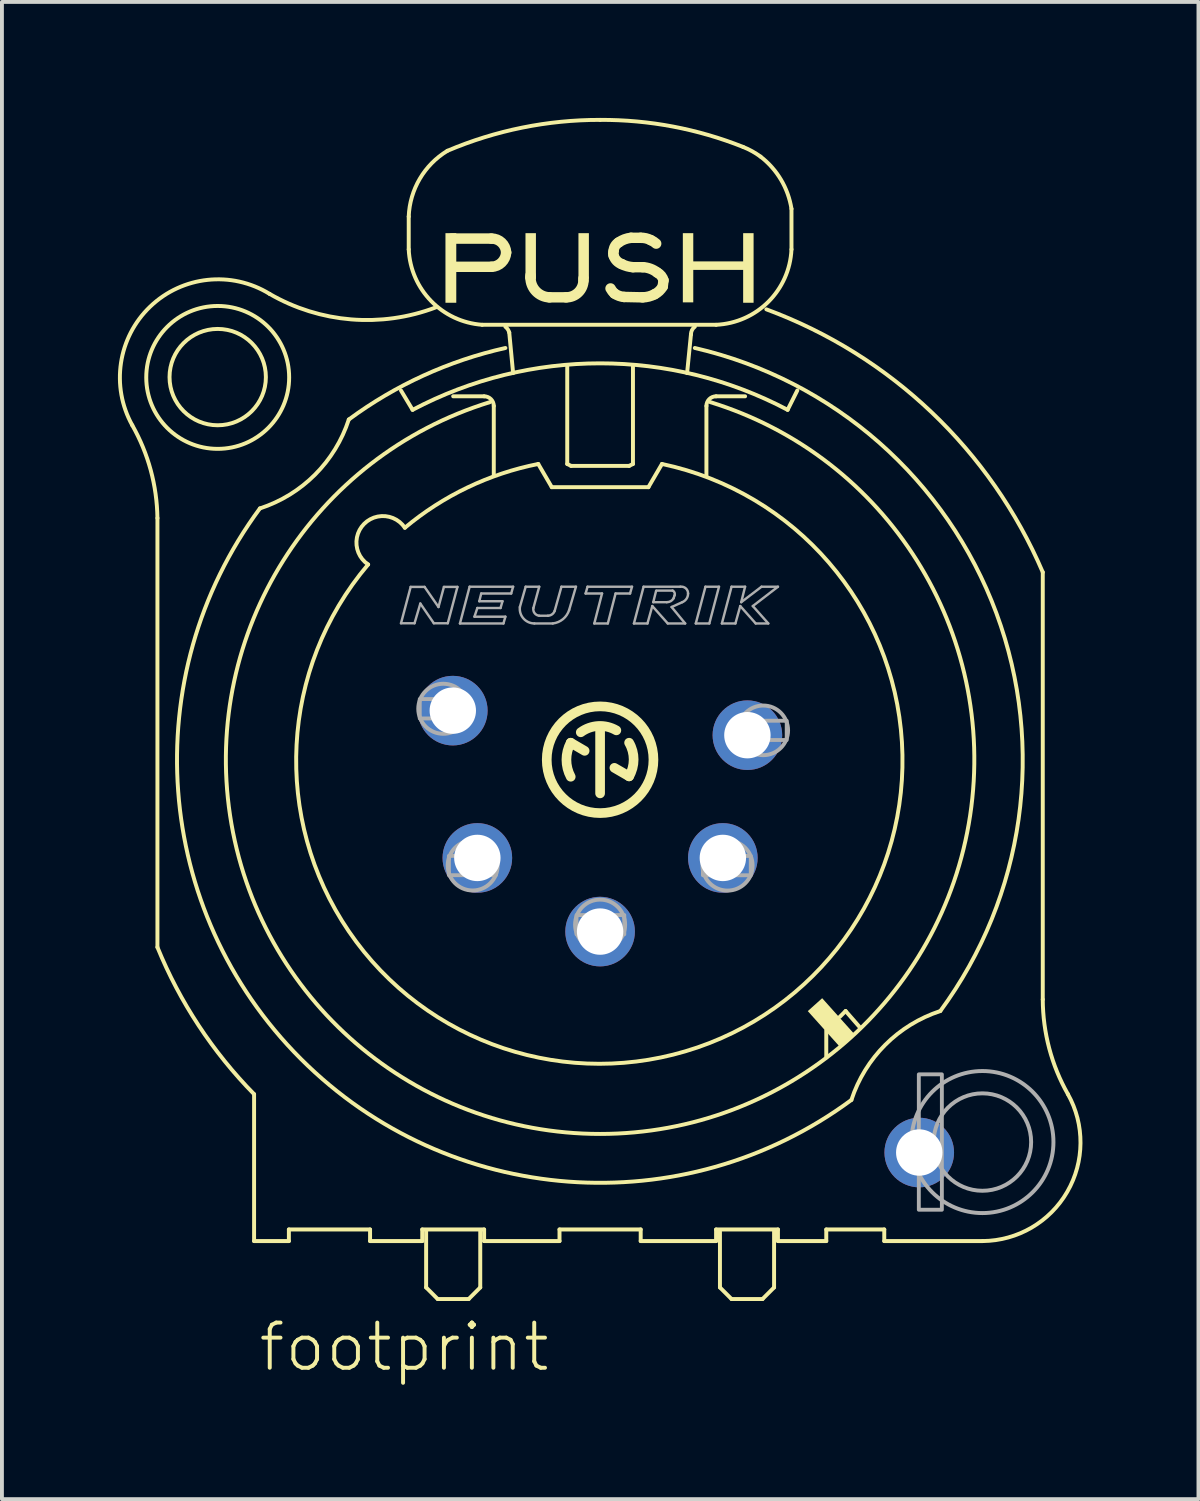
<source format=kicad_pcb>
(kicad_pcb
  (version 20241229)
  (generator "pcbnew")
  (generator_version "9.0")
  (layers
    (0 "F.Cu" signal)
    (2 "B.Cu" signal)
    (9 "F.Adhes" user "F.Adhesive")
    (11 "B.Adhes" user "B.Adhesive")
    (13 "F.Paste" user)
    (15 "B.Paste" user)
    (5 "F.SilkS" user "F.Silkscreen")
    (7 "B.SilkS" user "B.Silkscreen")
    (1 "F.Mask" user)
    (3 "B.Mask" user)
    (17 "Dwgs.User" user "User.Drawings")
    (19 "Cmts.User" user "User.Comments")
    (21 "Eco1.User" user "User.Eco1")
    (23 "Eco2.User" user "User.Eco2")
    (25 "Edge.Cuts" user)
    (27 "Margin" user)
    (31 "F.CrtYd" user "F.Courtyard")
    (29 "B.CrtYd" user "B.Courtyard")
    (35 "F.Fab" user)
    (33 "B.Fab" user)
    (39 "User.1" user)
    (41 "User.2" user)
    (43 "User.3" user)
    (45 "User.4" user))
  (footprint "footprint"
    (layer "F.Cu")
    (at 12.472 16.601)
    (property "Reference" "footprint" (at -8.89 15.875 0) (layer "F.SilkS") (effects (font (size 1.168 1.168) (thickness 0.102)) (justify left bottom)))
    (fp_line (start -11.45 4.85) (end -11.45 -6.25) (stroke (width 0.102) (type solid)) (layer "F.SilkS"))
    (fp_line (start -8.95 8.65) (end -8.95 12.45) (stroke (width 0.102) (type solid)) (layer "F.SilkS"))
    (fp_line (start -8.95 12.45) (end -8.05 12.45) (stroke (width 0.102) (type solid)) (layer "F.SilkS"))
    (fp_line (start -8.05 12.15) (end -5.95 12.15) (stroke (width 0.102) (type solid)) (layer "F.SilkS"))
    (fp_line (start -8.05 12.45) (end -8.05 12.15) (stroke (width 0.102) (type solid)) (layer "F.SilkS"))
    (fp_line (start -5.95 12.15) (end -5.95 12.45) (stroke (width 0.102) (type solid)) (layer "F.SilkS"))
    (fp_line (start -5.95 12.45) (end -4.6 12.45) (stroke (width 0.102) (type solid)) (layer "F.SilkS"))
    (fp_line (start -4.95 -14.05) (end -4.95 -13.2) (stroke (width 0.102) (type solid)) (layer "F.SilkS"))
    (fp_line (start -4.85 -9.05) (end -5.15 -9.55) (stroke (width 0.102) (type solid)) (layer "F.SilkS"))
    (fp_line (start -4.6 12.15) (end -3 12.15) (stroke (width 0.102) (type solid)) (layer "F.SilkS"))
    (fp_line (start -4.6 12.45) (end -4.6 12.15) (stroke (width 0.102) (type solid)) (layer "F.SilkS"))
    (fp_line (start -4.5 12.2) (end -4.5 13.65) (stroke (width 0.102) (type solid)) (layer "F.SilkS"))
    (fp_line (start -4.5 13.65) (end -4.2 13.95) (stroke (width 0.102) (type solid)) (layer "F.SilkS"))
    (fp_line (start -4.2 13.95) (end -3.4 13.95) (stroke (width 0.102) (type solid)) (layer "F.SilkS"))
    (fp_line (start -3.84 -13.48) (end -2.81 -13.48) (stroke (width 0.27) (type solid)) (layer "F.SilkS"))
    (fp_line (start -3.8 -9.4) (end -3 -9.4) (stroke (width 0.102) (type solid)) (layer "F.SilkS"))
    (fp_line (start -3.4 13.95) (end -3.1 13.65) (stroke (width 0.102) (type solid)) (layer "F.SilkS"))
    (fp_line (start -3.1 13.65) (end -3.1 12.2) (stroke (width 0.102) (type solid)) (layer "F.SilkS"))
    (fp_line (start -3.05 -11.25) (end 3 -11.25) (stroke (width 0.102) (type solid)) (layer "F.SilkS"))
    (fp_line (start -3 12.15) (end -3 12.45) (stroke (width 0.102) (type solid)) (layer "F.SilkS"))
    (fp_line (start -3 12.45) (end -1.05 12.45) (stroke (width 0.102) (type solid)) (layer "F.SilkS"))
    (fp_line (start -2.81 -12.75) (end -3.77 -12.75) (stroke (width 0.27) (type solid)) (layer "F.SilkS"))
    (fp_line (start -2.75 -9.15) (end -2.75 -7.35) (stroke (width 0.102) (type solid)) (layer "F.SilkS"))
    (fp_line (start -2.25 -10) (end -2.35 -11.05) (stroke (width 0.102) (type solid)) (layer "F.SilkS"))
    (fp_line (start -1.8 -12.53) (end -1.8 -12.47) (stroke (width 0.27) (type solid)) (layer "F.SilkS"))
    (fp_line (start -1.6 -7.65) (end -1.25 -7.05) (stroke (width 0.102) (type solid)) (layer "F.SilkS"))
    (fp_line (start -1.31 -11.96) (end -0.88 -11.96) (stroke (width 0.27) (type solid)) (layer "F.SilkS"))
    (fp_line (start -1.25 -7.05) (end 1.25 -7.05) (stroke (width 0.102) (type solid)) (layer "F.SilkS"))
    (fp_line (start -1.05 12.15) (end 1.05 12.15) (stroke (width 0.102) (type solid)) (layer "F.SilkS"))
    (fp_line (start -1.05 12.45) (end -1.05 12.15) (stroke (width 0.102) (type solid)) (layer "F.SilkS"))
    (fp_line (start -0.85 -10.2) (end -0.85 -7.65) (stroke (width 0.102) (type solid)) (layer "F.SilkS"))
    (fp_line (start -0.85 -7.65) (end -0.75 -7.6) (stroke (width 0.102) (type solid)) (layer "F.SilkS"))
    (fp_line (start -0.76 -0.44) (end -0.4 -0.23) (stroke (width 0.25) (type solid)) (layer "F.SilkS"))
    (fp_line (start -0.75 -7.6) (end 0.75 -7.6) (stroke (width 0.102) (type solid)) (layer "F.SilkS"))
    (fp_line (start -0.43 -12.4) (end -0.43 -12.45) (stroke (width 0.27) (type solid)) (layer "F.SilkS"))
    (fp_line (start 0 0.87) (end 0 -0.78) (stroke (width 0.25) (type solid)) (layer "F.SilkS"))
    (fp_line (start 0.37 0.21) (end 0.75 0.43) (stroke (width 0.25) (type solid)) (layer "F.SilkS"))
    (fp_line (start 0.62 -11.97) (end 1.1 -11.96) (stroke (width 0.27) (type solid)) (layer "F.SilkS"))
    (fp_line (start 0.75 -7.6) (end 0.85 -7.65) (stroke (width 0.102) (type solid)) (layer "F.SilkS"))
    (fp_line (start 0.8 -13.5) (end 1.05 -13.5) (stroke (width 0.27) (type solid)) (layer "F.SilkS"))
    (fp_line (start 0.85 -7.65) (end 0.85 -10.2) (stroke (width 0.102) (type solid)) (layer "F.SilkS"))
    (fp_line (start 1.05 12.15) (end 1.05 12.45) (stroke (width 0.102) (type solid)) (layer "F.SilkS"))
    (fp_line (start 1.05 12.45) (end 3 12.45) (stroke (width 0.102) (type solid)) (layer "F.SilkS"))
    (fp_line (start 1.1 -12.74) (end 0.85 -12.74) (stroke (width 0.27) (type solid)) (layer "F.SilkS"))
    (fp_line (start 1.25 -7.05) (end 1.6 -7.65) (stroke (width 0.102) (type solid)) (layer "F.SilkS"))
    (fp_line (start 1.62 -12.24) (end 1.64 -12.4) (stroke (width 0.27) (type solid)) (layer "F.SilkS"))
    (fp_line (start 2.25 -10) (end 2.35 -11) (stroke (width 0.102) (type solid)) (layer "F.SilkS"))
    (fp_line (start 2.75 -9.15) (end 2.75 -7.35) (stroke (width 0.102) (type solid)) (layer "F.SilkS"))
    (fp_line (start 3 12.15) (end 4.6 12.15) (stroke (width 0.102) (type solid)) (layer "F.SilkS"))
    (fp_line (start 3 12.45) (end 3 12.15) (stroke (width 0.102) (type solid)) (layer "F.SilkS"))
    (fp_line (start 3.1 12.2) (end 3.1 13.65) (stroke (width 0.102) (type solid)) (layer "F.SilkS"))
    (fp_line (start 3.1 13.65) (end 3.4 13.95) (stroke (width 0.102) (type solid)) (layer "F.SilkS"))
    (fp_line (start 3.4 13.95) (end 4.2 13.95) (stroke (width 0.102) (type solid)) (layer "F.SilkS"))
    (fp_line (start 3.75 -9.4) (end 3 -9.4) (stroke (width 0.102) (type solid)) (layer "F.SilkS"))
    (fp_line (start 4.2 13.95) (end 4.5 13.65) (stroke (width 0.102) (type solid)) (layer "F.SilkS"))
    (fp_line (start 4.5 13.65) (end 4.5 12.2) (stroke (width 0.102) (type solid)) (layer "F.SilkS"))
    (fp_line (start 4.6 12.15) (end 4.6 12.45) (stroke (width 0.102) (type solid)) (layer "F.SilkS"))
    (fp_line (start 4.6 12.45) (end 5.85 12.45) (stroke (width 0.102) (type solid)) (layer "F.SilkS"))
    (fp_line (start 4.95 -13.2) (end 4.95 -14.25) (stroke (width 0.102) (type solid)) (layer "F.SilkS"))
    (fp_line (start 5.1 -9.55) (end 4.85 -9.05) (stroke (width 0.102) (type solid)) (layer "F.SilkS"))
    (fp_line (start 5.85 7.7) (end 5.85 7) (stroke (width 0.102) (type solid)) (layer "F.SilkS"))
    (fp_line (start 5.85 12.15) (end 7.35 12.15) (stroke (width 0.102) (type solid)) (layer "F.SilkS"))
    (fp_line (start 5.85 12.45) (end 5.85 12.15) (stroke (width 0.102) (type solid)) (layer "F.SilkS"))
    (fp_line (start 6.2 6.65) (end 6.35 6.5) (stroke (width 0.102) (type solid)) (layer "F.SilkS"))
    (fp_line (start 6.35 6.5) (end 6.7 6.9) (stroke (width 0.102) (type solid)) (layer "F.SilkS"))
    (fp_line (start 7.35 12.15) (end 7.35 12.45) (stroke (width 0.102) (type solid)) (layer "F.SilkS"))
    (fp_line (start 7.35 12.45) (end 9.9 12.45) (stroke (width 0.102) (type solid)) (layer "F.SilkS"))
    (fp_line (start 11.45 6.2) (end 11.45 -4.85) (stroke (width 0.102) (type solid)) (layer "F.SilkS"))
    (fp_arc (start -12.1 -8.65) (mid -11.623728 -7.49097) (end -11.45 -6.25) (stroke (width 0.1016) (type solid)) (layer "F.SilkS"))
    (fp_arc (start -12.1 -8.65) (mid -11.637658 -11.720571) (end -8.549998 -12.05) (stroke (width 0.1016) (type solid)) (layer "F.SilkS"))
    (fp_arc (start -8.95 8.65) (mid -10.385423 6.871989) (end -11.45 4.85) (stroke (width 0.1016) (type solid)) (layer "F.SilkS"))
    (fp_arc (start -6.5 -8.8) (mid -7.373887 -7.373888) (end -8.799999 -6.5) (stroke (width 0.1016) (type solid)) (layer "F.SilkS"))
    (fp_arc (start -6.5 -8.8) (mid -4.571493 -9.936241) (end -2.45 -10.65) (stroke (width 0.1016) (type solid)) (layer "F.SilkS"))
    (fp_arc (start -6 -5.05) (mid -6.102615 -6.102615) (end -5.05 -6) (stroke (width 0.1016) (type solid)) (layer "F.SilkS"))
    (fp_arc (start -5.05 -6) (mid -3.429062 -7.042584) (end -1.6 -7.65) (stroke (width 0.1016) (type solid)) (layer "F.SilkS"))
    (fp_arc (start -4.950001 -14.05) (mid -4.664297 -15.026057) (end -3.95 -15.75) (stroke (width 0.1016) (type solid)) (layer "F.SilkS"))
    (fp_arc (start -4.849999 -9.05) (mid 0 -10.253011) (end 4.85 -9.05) (stroke (width 0.1016) (type solid)) (layer "F.SilkS"))
    (fp_arc (start -4.25 -11.7) (mid -6.439491 -11.38982) (end -8.55 -12.05) (stroke (width 0.1016) (type solid)) (layer "F.SilkS"))
    (fp_arc (start -3.95 -15.75) (mid -2.015493 -16.349936) (end 0 -16.55) (stroke (width 0.1016) (type solid)) (layer "F.SilkS"))
    (fp_arc (start -3.05 -11.249998) (mid -4.370714 -11.863791) (end -4.95 -13.2) (stroke (width 0.1016) (type solid)) (layer "F.SilkS"))
    (fp_arc (start -3 -9.4) (mid -2.823223 -9.326777) (end -2.75 -9.15) (stroke (width 0.1016) (type solid)) (layer "F.SilkS"))
    (fp_arc (start -2.81 -13.48) (mid -2.547182 -13.376864) (end -2.43 -13.12) (stroke (width 0.27) (type solid)) (layer "F.SilkS"))
    (fp_arc (start -2.45 -11.199999) (mid -2.387829 -11.133113) (end -2.35 -11.05) (stroke (width 0.1016) (type solid)) (layer "F.SilkS"))
    (fp_arc (start -2.43 -13.12) (mid -2.547347 -12.860385) (end -2.809998 -12.75) (stroke (width 0.27) (type solid)) (layer "F.SilkS"))
    (fp_arc (start -1.31 -11.959999) (mid -1.65824 -12.115808) (end -1.8 -12.47) (stroke (width 0.27) (type solid)) (layer "F.SilkS"))
    (fp_arc (start -0.76 0.44) (mid -0.870865 0) (end -0.76 -0.439999) (stroke (width 0.25) (type solid)) (layer "F.SilkS"))
    (fp_arc (start -0.5 -0.71) (mid -0.04747 -0.872451) (end 0.420001 -0.76) (stroke (width 0.25) (type solid)) (layer "F.SilkS"))
    (fp_arc (start -0.43 -12.399998) (mid -0.563644 -12.086566) (end -0.88 -11.96) (stroke (width 0.27) (type solid)) (layer "F.SilkS"))
    (fp_arc (start 0 -16.55) (mid 1.883659 -16.377911) (end 3.7 -15.85) (stroke (width 0.1016) (type solid)) (layer "F.SilkS"))
    (fp_arc (start 0.35 -13.16) (mid 0.387878 -13.286027) (end 0.48 -13.38) (stroke (width 0.27) (type solid)) (layer "F.SilkS"))
    (fp_arc (start 0.35 -13.04) (mid 0.338792 -13.1) (end 0.35 -13.159999) (stroke (width 0.27) (type solid)) (layer "F.SilkS"))
    (fp_arc (start 0.37 -12.06) (mid 0.314187 -12.120528) (end 0.27 -12.19) (stroke (width 0.27) (type solid)) (layer "F.SilkS"))
    (fp_arc (start 0.48 -13.38) (mid 0.63219 -13.460826) (end 0.8 -13.5) (stroke (width 0.27) (type solid)) (layer "F.SilkS"))
    (fp_arc (start 0.56 -12.82) (mid 0.429033 -12.905213) (end 0.35 -13.04) (stroke (width 0.27) (type solid)) (layer "F.SilkS"))
    (fp_arc (start 0.619999 -11.97) (mid 0.489066 -11.998519) (end 0.37 -12.06) (stroke (width 0.27) (type solid)) (layer "F.SilkS"))
    (fp_arc (start 0.75 -0.44) (mid 0.867699 -0.005) (end 0.75 0.43) (stroke (width 0.25) (type solid)) (layer "F.SilkS"))
    (fp_arc (start 0.85 -12.74) (mid 0.700862 -12.765001) (end 0.56 -12.82) (stroke (width 0.27) (type solid)) (layer "F.SilkS"))
    (fp_arc (start 1.05 -13.5) (mid 1.183921 -13.486992) (end 1.31 -13.44) (stroke (width 0.27) (type solid)) (layer "F.SilkS"))
    (fp_arc (start 1.099999 -12.74) (mid 1.300929 -12.699666) (end 1.48 -12.6) (stroke (width 0.27) (type solid)) (layer "F.SilkS"))
    (fp_arc (start 1.31 -13.44) (mid 1.383781 -13.400882) (end 1.45 -13.35) (stroke (width 0.27) (type solid)) (layer "F.SilkS"))
    (fp_arc (start 1.41 -12.04) (mid 1.259788 -11.981447) (end 1.1 -11.96) (stroke (width 0.27) (type solid)) (layer "F.SilkS"))
    (fp_arc (start 1.48 -12.6) (mid 1.581093 -12.516874) (end 1.64 -12.4) (stroke (width 0.27) (type solid)) (layer "F.SilkS"))
    (fp_arc (start 1.6 -7.65) (mid 2.518311 7.441983) (end -5.999999 -5.05) (stroke (width 0.1016) (type solid)) (layer "F.SilkS"))
    (fp_arc (start 1.62 -12.24) (mid 1.529802 -12.124457) (end 1.41 -12.04) (stroke (width 0.27) (type solid)) (layer "F.SilkS"))
    (fp_arc (start 2.35 -11) (mid 2.376394 -11.111803) (end 2.450001 -11.2) (stroke (width 0.1016) (type solid)) (layer "F.SilkS"))
    (fp_arc (start 2.450002 -10.65) (mid 10.251109 -3.787873) (end 8.8 6.5) (stroke (width 0.1016) (type solid)) (layer "F.SilkS"))
    (fp_arc (start 2.75 -9.15) (mid 2.823223 -9.326777) (end 3 -9.4) (stroke (width 0.1016) (type solid)) (layer "F.SilkS"))
    (fp_arc (start 2.85 -9.25) (mid 0 9.679101) (end -2.85 -9.25) (stroke (width 0.1016) (type solid)) (layer "F.SilkS"))
    (fp_arc (start 3.7 -15.85) (mid 3.932782 -15.739008) (end 4.15 -15.6) (stroke (width 0.1016) (type solid)) (layer "F.SilkS"))
    (fp_arc (start 4.15 -15.600001) (mid 4.67948 -15.00173) (end 4.95 -14.25) (stroke (width 0.1016) (type solid)) (layer "F.SilkS"))
    (fp_arc (start 4.3 -11.65) (mid 8.575366 -8.986414) (end 11.45 -4.85) (stroke (width 0.1016) (type solid)) (layer "F.SilkS"))
    (fp_arc (start 4.949999 -13.200001) (mid 4.353429 -11.846572) (end 3 -11.25) (stroke (width 0.1016) (type solid)) (layer "F.SilkS"))
    (fp_arc (start 6.5 8.8) (mid -7.739361 7.739361) (end -8.8 -6.5) (stroke (width 0.1016) (type solid)) (layer "F.SilkS"))
    (fp_arc (start 6.5 8.8) (mid 7.374876 7.374876) (end 8.799999 6.5) (stroke (width 0.1016) (type solid)) (layer "F.SilkS"))
    (fp_arc (start 12.099999 8.649999) (mid 12.08264 11.176791) (end 9.9 12.45) (stroke (width 0.1016) (type solid)) (layer "F.SilkS"))
    (fp_arc (start 12.1 8.65) (mid 11.617244 7.466853) (end 11.45 6.2) (stroke (width 0.1016) (type solid)) (layer "F.SilkS"))
    (fp_circle (center -9.891 -9.897) (end -8.645 -9.897) (stroke (width 0.102) (type solid)) (fill no) (layer "F.SilkS"))
    (fp_circle (center -9.891 -9.889) (end -8.043 -9.889) (stroke (width 0.102) (type solid)) (fill no) (layer "F.SilkS"))
    (fp_circle (center 0 0) (end 1.38 0) (stroke (width 0.25) (type solid)) (fill no) (layer "F.SilkS"))
    (fp_poly (pts (xy -4 -11.82) (xy -3.72 -11.82) (xy -3.72 -13.62) (xy -4 -13.62)) (stroke (width 0) (type solid)) (fill yes) (layer "F.SilkS"))
    (fp_poly (pts (xy -1.93 -12.44) (xy -1.66 -12.44) (xy -1.66 -13.62) (xy -1.93 -13.62)) (stroke (width 0) (type solid)) (fill yes) (layer "F.SilkS"))
    (fp_poly (pts (xy -0.56 -12.44) (xy -0.29 -12.44) (xy -0.29 -13.62) (xy -0.56 -13.62)) (stroke (width 0) (type solid)) (fill yes) (layer "F.SilkS"))
    (fp_poly (pts (xy 2.14 -11.83) (xy 2.41 -11.83) (xy 2.41 -13.62) (xy 2.14 -13.62)) (stroke (width 0) (type solid)) (fill yes) (layer "F.SilkS"))
    (fp_poly (pts (xy 2.37 -12.67) (xy 3.74 -12.67) (xy 3.74 -12.89) (xy 2.37 -12.89)) (stroke (width 0) (type solid)) (fill yes) (layer "F.SilkS"))
    (fp_poly (pts (xy 3.7 -11.82) (xy 3.97 -11.82) (xy 3.97 -13.62) (xy 3.7 -13.62)) (stroke (width 0) (type solid)) (fill yes) (layer "F.SilkS"))
    (fp_poly (pts (xy 6.578 7.098) (xy 5.744 6.168) (xy 5.372 6.502) (xy 6.206 7.432)) (stroke (width 0) (type solid)) (fill yes) (layer "F.SilkS"))
    (fp_line (start -5.15 -3.53) (end -4.9 -4.47) (stroke (width 0.063) (type solid)) (layer "F.Fab"))
    (fp_line (start -4.9 -4.47) (end -4.54 -4.47) (stroke (width 0.063) (type solid)) (layer "F.Fab"))
    (fp_line (start -4.8 -3.53) (end -5.15 -3.53) (stroke (width 0.063) (type solid)) (layer "F.Fab"))
    (fp_line (start -4.65 -4.04) (end -4.8 -3.53) (stroke (width 0.063) (type solid)) (layer "F.Fab"))
    (fp_line (start -4.54 -4.47) (end -4.18 -3.95) (stroke (width 0.063) (type solid)) (layer "F.Fab"))
    (fp_line (start -4.3 -3.53) (end -4.65 -4.04) (stroke (width 0.063) (type solid)) (layer "F.Fab"))
    (fp_line (start -4.18 -3.95) (end -4.04 -4.47) (stroke (width 0.063) (type solid)) (layer "F.Fab"))
    (fp_line (start -4.04 -4.47) (end -3.69 -4.47) (stroke (width 0.063) (type solid)) (layer "F.Fab"))
    (fp_line (start -3.94 -3.53) (end -4.3 -3.53) (stroke (width 0.063) (type solid)) (layer "F.Fab"))
    (fp_line (start -3.69 -4.47) (end -3.94 -3.53) (stroke (width 0.063) (type solid)) (layer "F.Fab"))
    (fp_line (start -3.625 -3.525) (end -3.375 -4.475) (stroke (width 0.063) (type solid)) (layer "F.Fab"))
    (fp_line (start -3.375 -4.475) (end -2.25 -4.475) (stroke (width 0.063) (type solid)) (layer "F.Fab"))
    (fp_line (start -3.25 -3.7) (end -2.45 -3.7) (stroke (width 0.063) (type solid)) (layer "F.Fab"))
    (fp_line (start -3.175 -3.925) (end -3.25 -3.7) (stroke (width 0.063) (type solid)) (layer "F.Fab"))
    (fp_line (start -3.125 -4.1) (end -2.525 -4.1) (stroke (width 0.063) (type solid)) (layer "F.Fab"))
    (fp_line (start -3.075 -4.3) (end -3.125 -4.1) (stroke (width 0.063) (type solid)) (layer "F.Fab"))
    (fp_line (start -2.575 -3.925) (end -3.175 -3.925) (stroke (width 0.063) (type solid)) (layer "F.Fab"))
    (fp_line (start -2.525 -4.1) (end -2.575 -3.925) (stroke (width 0.063) (type solid)) (layer "F.Fab"))
    (fp_line (start -2.5 -3.525) (end -3.625 -3.525) (stroke (width 0.063) (type solid)) (layer "F.Fab"))
    (fp_line (start -2.45 -3.7) (end -2.5 -3.525) (stroke (width 0.063) (type solid)) (layer "F.Fab"))
    (fp_line (start -2.3 -4.3) (end -3.075 -4.3) (stroke (width 0.063) (type solid)) (layer "F.Fab"))
    (fp_line (start -2.25 -4.475) (end -2.3 -4.3) (stroke (width 0.063) (type solid)) (layer "F.Fab"))
    (fp_line (start -2.075 -3.95) (end -1.925 -4.475) (stroke (width 0.063) (type solid)) (layer "F.Fab"))
    (fp_line (start -1.925 -4.475) (end -1.575 -4.475) (stroke (width 0.063) (type solid)) (layer "F.Fab"))
    (fp_line (start -1.575 -4.475) (end -1.725 -3.925) (stroke (width 0.063) (type solid)) (layer "F.Fab"))
    (fp_line (start -1.575 -3.725) (end -1.35 -3.725) (stroke (width 0.063) (type solid)) (layer "F.Fab"))
    (fp_line (start -1.225 -3.525) (end -1.7 -3.525) (stroke (width 0.063) (type solid)) (layer "F.Fab"))
    (fp_line (start -1.175 -3.85) (end -1 -4.475) (stroke (width 0.063) (type solid)) (layer "F.Fab"))
    (fp_line (start -1 -4.475) (end -0.625 -4.475) (stroke (width 0.063) (type solid)) (layer "F.Fab"))
    (fp_line (start -0.625 -4.475) (end -0.8 -3.875) (stroke (width 0.063) (type solid)) (layer "F.Fab"))
    (fp_line (start -0.375 -4.3) (end -0.325 -4.475) (stroke (width 0.063) (type solid)) (layer "F.Fab"))
    (fp_line (start -0.325 -4.475) (end 0.825 -4.475) (stroke (width 0.063) (type solid)) (layer "F.Fab"))
    (fp_line (start -0.15 -3.525) (end 0.05 -4.3) (stroke (width 0.063) (type solid)) (layer "F.Fab"))
    (fp_line (start 0.05 -4.3) (end -0.375 -4.3) (stroke (width 0.063) (type solid)) (layer "F.Fab"))
    (fp_line (start 0.2 -3.525) (end -0.15 -3.525) (stroke (width 0.063) (type solid)) (layer "F.Fab"))
    (fp_line (start 0.4 -4.3) (end 0.2 -3.525) (stroke (width 0.063) (type solid)) (layer "F.Fab"))
    (fp_line (start 0.775 -4.3) (end 0.4 -4.3) (stroke (width 0.063) (type solid)) (layer "F.Fab"))
    (fp_line (start 0.825 -4.475) (end 0.775 -4.3) (stroke (width 0.063) (type solid)) (layer "F.Fab"))
    (fp_line (start 0.875 -3.525) (end 1.125 -4.475) (stroke (width 0.063) (type solid)) (layer "F.Fab"))
    (fp_line (start 1.125 -4.475) (end 2.075 -4.475) (stroke (width 0.063) (type solid)) (layer "F.Fab"))
    (fp_line (start 1.225 -3.525) (end 0.875 -3.525) (stroke (width 0.063) (type solid)) (layer "F.Fab"))
    (fp_line (start 1.35 -3.975) (end 1.225 -3.525) (stroke (width 0.063) (type solid)) (layer "F.Fab"))
    (fp_line (start 1.375 -4.075) (end 1.725 -4.075) (stroke (width 0.063) (type solid)) (layer "F.Fab"))
    (fp_line (start 1.45 -4.375) (end 1.375 -4.075) (stroke (width 0.063) (type solid)) (layer "F.Fab"))
    (fp_line (start 1.75 -3.525) (end 1.35 -3.975) (stroke (width 0.063) (type solid)) (layer "F.Fab"))
    (fp_line (start 1.85 -3.95) (end 2.2 -3.525) (stroke (width 0.063) (type solid)) (layer "F.Fab"))
    (fp_line (start 1.875 -4.375) (end 1.475 -4.375) (stroke (width 0.063) (type solid)) (layer "F.Fab"))
    (fp_line (start 1.9 -4.175) (end 1.925 -4.25) (stroke (width 0.063) (type solid)) (layer "F.Fab"))
    (fp_line (start 2.125 -4.075) (end 1.85 -3.95) (stroke (width 0.063) (type solid)) (layer "F.Fab"))
    (fp_line (start 2.2 -3.525) (end 1.75 -3.525) (stroke (width 0.063) (type solid)) (layer "F.Fab"))
    (fp_line (start 2.475 -3.525) (end 2.725 -4.475) (stroke (width 0.063) (type solid)) (layer "F.Fab"))
    (fp_line (start 2.725 -4.475) (end 3.075 -4.475) (stroke (width 0.063) (type solid)) (layer "F.Fab"))
    (fp_line (start 2.825 -3.525) (end 2.475 -3.525) (stroke (width 0.063) (type solid)) (layer "F.Fab"))
    (fp_line (start 3.075 -4.475) (end 2.825 -3.525) (stroke (width 0.063) (type solid)) (layer "F.Fab"))
    (fp_line (start 3.15 -3.525) (end 3.5 -3.525) (stroke (width 0.063) (type solid)) (layer "F.Fab"))
    (fp_line (start 3.4 -4.475) (end 3.15 -3.525) (stroke (width 0.063) (type solid)) (layer "F.Fab"))
    (fp_line (start 3.5 -3.525) (end 3.625 -3.975) (stroke (width 0.063) (type solid)) (layer "F.Fab"))
    (fp_line (start 3.625 -3.975) (end 4.025 -3.525) (stroke (width 0.063) (type solid)) (layer "F.Fab"))
    (fp_line (start 3.65 -4.075) (end 3.75 -4.475) (stroke (width 0.063) (type solid)) (layer "F.Fab"))
    (fp_line (start 3.75 -4.475) (end 3.4 -4.475) (stroke (width 0.063) (type solid)) (layer "F.Fab"))
    (fp_line (start 3.95 -3.975) (end 4.6 -4.475) (stroke (width 0.063) (type solid)) (layer "F.Fab"))
    (fp_line (start 4.025 -3.525) (end 4.35 -3.525) (stroke (width 0.063) (type solid)) (layer "F.Fab"))
    (fp_line (start 4.175 -4.475) (end 3.65 -4.075) (stroke (width 0.063) (type solid)) (layer "F.Fab"))
    (fp_line (start 4.35 -3.525) (end 3.95 -3.975) (stroke (width 0.063) (type solid)) (layer "F.Fab"))
    (fp_line (start 4.6 -4.475) (end 4.175 -4.475) (stroke (width 0.063) (type solid)) (layer "F.Fab"))
    (fp_arc (start -1.7 -3.525) (mid -1.982521 -3.653658) (end -2.075 -3.95) (stroke (width 0.0634) (type solid)) (layer "F.Fab"))
    (fp_arc (start -1.575001 -3.724999) (mid -1.694241 -3.79182) (end -1.725 -3.925) (stroke (width 0.0634) (type solid)) (layer "F.Fab"))
    (fp_arc (start -1.175001 -3.849999) (mid -1.243029 -3.76024) (end -1.35 -3.725) (stroke (width 0.0634) (type solid)) (layer "F.Fab"))
    (fp_arc (start -0.8 -3.875) (mid -0.960298 -3.636613) (end -1.224999 -3.525) (stroke (width 0.0634) (type solid)) (layer "F.Fab"))
    (fp_arc (start 1.875 -4.375) (mid 1.925888 -4.322855) (end 1.925 -4.25) (stroke (width 0.0634) (type solid)) (layer "F.Fab"))
    (fp_arc (start 1.899999 -4.175) (mid 1.82636 -4.100745) (end 1.725 -4.075) (stroke (width 0.0634) (type solid)) (layer "F.Fab"))
    (fp_arc (start 2.075 -4.475) (mid 2.215619 -4.43392) (end 2.275 -4.299998) (stroke (width 0.0634) (type solid)) (layer "F.Fab"))
    (fp_arc (start 2.275 -4.3) (mid 2.235142 -4.164071) (end 2.125 -4.074999) (stroke (width 0.0634) (type solid)) (layer "F.Fab"))
    (fp_circle (center -4.056 -1.318) (end -3.409 -1.318) (stroke (width 0.102) (type solid)) (fill no) (layer "F.Fab"))
    (fp_circle (center -3.296 2.736) (end -2.65 2.736) (stroke (width 0.102) (type solid)) (fill no) (layer "F.Fab"))
    (fp_circle (center 0 4.265) (end 0.647 4.265) (stroke (width 0.102) (type solid)) (fill no) (layer "F.Fab"))
    (fp_circle (center 3.296 2.737) (end 3.944 2.737) (stroke (width 0.102) (type solid)) (fill no) (layer "F.Fab"))
    (fp_circle (center 4.22 -0.76) (end 4.862 -0.76) (stroke (width 0.102) (type solid)) (fill no) (layer "F.Fab"))
    (fp_circle (center 9.889 9.889) (end 11.149 9.889) (stroke (width 0.102) (type solid)) (fill no) (layer "F.Fab"))
    (fp_circle (center 9.889 9.889) (end 11.726 9.889) (stroke (width 0.102) (type solid)) (fill no) (layer "F.Fab"))
    (fp_poly (pts (xy -4.665 -1.068) (xy -3.446 -1.068) (xy -3.446 -1.569) (xy -4.665 -1.569)) (stroke (width 0.1) (type solid)) (fill no) (layer "F.Fab"))
    (fp_poly (pts (xy -3.911 2.987) (xy -2.697 2.987) (xy -2.697 2.486) (xy -3.911 2.486)) (stroke (width 0.1) (type solid)) (fill no) (layer "F.Fab"))
    (fp_poly (pts (xy -0.61 4.516) (xy 0.626 4.516) (xy 0.626 4.017) (xy -0.61 4.017)) (stroke (width 0.1) (type solid)) (fill no) (layer "F.Fab"))
    (fp_poly (pts (xy 2.66 2.989) (xy 3.897 2.989) (xy 3.897 2.488) (xy 2.66 2.488)) (stroke (width 0.1) (type solid)) (fill no) (layer "F.Fab"))
    (fp_poly (pts (xy 3.611 -0.51) (xy 4.827 -0.51) (xy 4.827 -1.008) (xy 3.611 -1.008)) (stroke (width 0.1) (type solid)) (fill no) (layer "F.Fab"))
    (fp_poly (pts (xy 8.244 11.64) (xy 8.84 11.64) (xy 8.84 8.138) (xy 8.244 8.138)) (stroke (width 0.1) (type solid)) (fill no) (layer "F.Fab"))
    (pad "1" thru_hole circle (at 3.81 -0.635) (size 1.8 1.8) (drill 1.2) (layers "*.Cu" "*.Mask"))
    (pad "2" thru_hole circle (at 3.175 2.54) (size 1.8 1.8) (drill 1.2) (layers "*.Cu" "*.Mask"))
    (pad "3" thru_hole circle (at 0 4.445) (size 1.8 1.8) (drill 1.2) (layers "*.Cu" "*.Mask"))
    (pad "4" thru_hole circle (at -3.175 2.54) (size 1.8 1.8) (drill 1.2) (layers "*.Cu" "*.Mask"))
    (pad "5" thru_hole circle (at -3.81 -1.27) (size 1.8 1.8) (drill 1.2) (layers "*.Cu" "*.Mask"))
    (pad "G" thru_hole circle (at 8.255 10.16) (size 1.8 1.8) (drill 1.2) (layers "*.Cu" "*.Mask")))
  (gr_rect
    (start -3 -3)
    (end 27.949 35.726)
    (stroke (width 0.1) (type default))
    (fill no)
    (layer "Edge.Cuts")))
</source>
